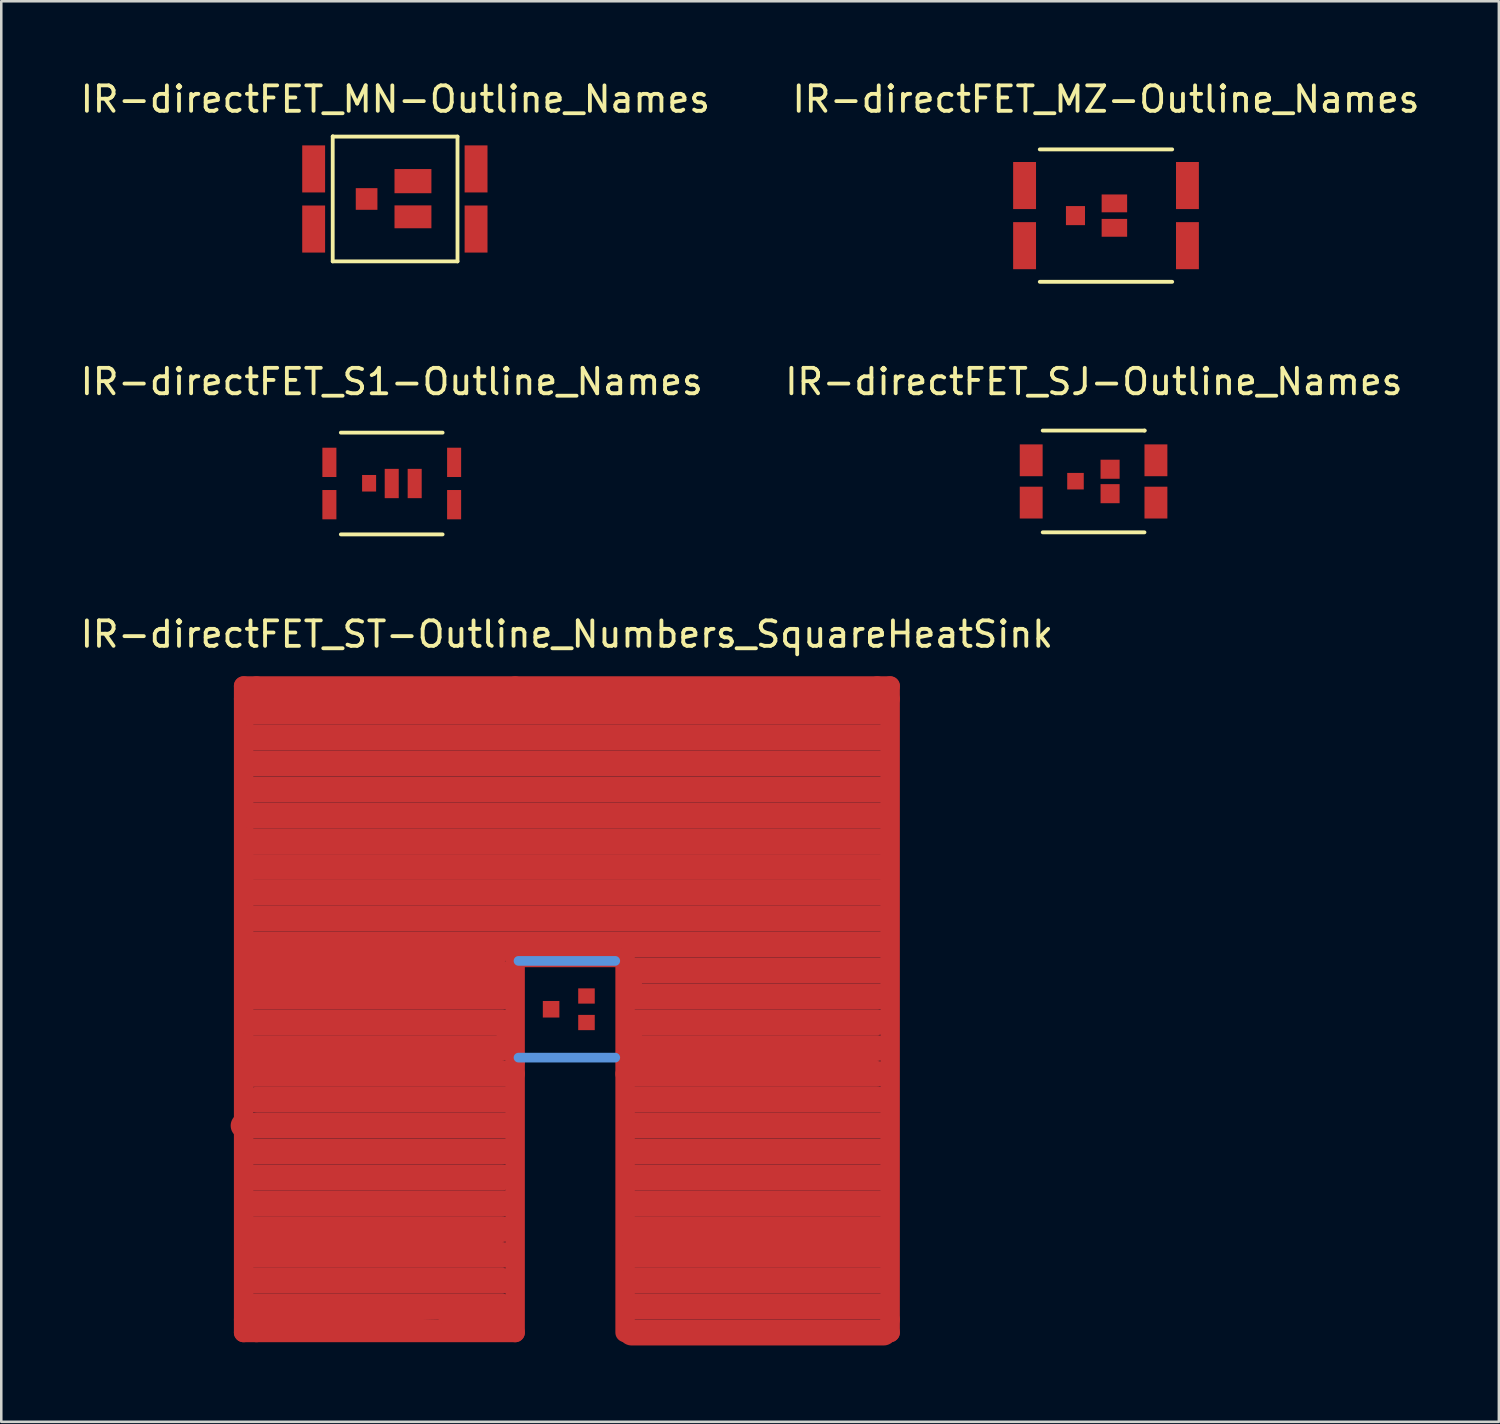
<source format=kicad_pcb>
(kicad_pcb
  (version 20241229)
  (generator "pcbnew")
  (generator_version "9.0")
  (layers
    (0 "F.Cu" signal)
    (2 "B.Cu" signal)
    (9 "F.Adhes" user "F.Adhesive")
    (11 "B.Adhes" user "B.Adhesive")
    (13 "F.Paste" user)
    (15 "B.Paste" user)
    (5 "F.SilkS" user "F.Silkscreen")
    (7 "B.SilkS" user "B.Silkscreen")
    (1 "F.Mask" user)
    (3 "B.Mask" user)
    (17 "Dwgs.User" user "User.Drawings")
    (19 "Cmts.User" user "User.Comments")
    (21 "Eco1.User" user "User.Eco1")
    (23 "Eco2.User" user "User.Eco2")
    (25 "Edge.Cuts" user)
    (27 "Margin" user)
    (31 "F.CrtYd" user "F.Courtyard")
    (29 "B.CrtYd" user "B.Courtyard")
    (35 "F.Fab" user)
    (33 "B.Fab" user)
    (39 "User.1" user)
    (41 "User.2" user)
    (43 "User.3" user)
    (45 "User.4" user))
  (footprint "IR-directFET_ST-Outline_Numbers_SquareHeatSink"
    (layer "F.Cu")
    (at 19.22 36.599)
    (property "Reference" "IR-directFET_ST-Outline_Numbers_SquareHeatSink" (at 0 -14.732 0) (layer "F.SilkS") (effects (font (size 1 1) (thickness 0.15))))
    (attr through_hole)
    (fp_line (start -12.7 -12.7) (end -12.7 -12.192) (stroke (width 0.762) (type solid)) (layer "F.Cu"))
    (fp_line (start -12.7 -12.192) (end -12.7 12.192) (stroke (width 0.762) (type solid)) (layer "F.Cu"))
    (fp_line (start -12.7 4.572) (end -2.286 4.572) (stroke (width 1.016) (type solid)) (layer "F.Cu"))
    (fp_line (start -12.7 12.192) (end -12.7 12.7) (stroke (width 0.762) (type solid)) (layer "F.Cu"))
    (fp_line (start -12.7 12.7) (end -12.192 12.7) (stroke (width 0.762) (type solid)) (layer "F.Cu"))
    (fp_line (start -12.446 -12.192) (end 12.446 -12.192) (stroke (width 0.381) (type solid)) (layer "F.Cu"))
    (fp_line (start -12.446 -11.684) (end 12.446 -11.684) (stroke (width 1.016) (type solid)) (layer "F.Cu"))
    (fp_line (start -12.446 -10.668) (end 12.446 -10.668) (stroke (width 1.016) (type solid)) (layer "F.Cu"))
    (fp_line (start -12.446 -9.652) (end 12.446 -9.652) (stroke (width 1.016) (type solid)) (layer "F.Cu"))
    (fp_line (start -12.446 -8.636) (end 12.446 -8.636) (stroke (width 1.016) (type solid)) (layer "F.Cu"))
    (fp_line (start -12.446 -7.62) (end 12.446 -7.62) (stroke (width 1.016) (type solid)) (layer "F.Cu"))
    (fp_line (start -12.446 -6.604) (end 12.446 -6.604) (stroke (width 1.016) (type solid)) (layer "F.Cu"))
    (fp_line (start -12.446 -5.588) (end 12.446 -5.588) (stroke (width 1.016) (type solid)) (layer "F.Cu"))
    (fp_line (start -12.446 -4.572) (end 12.446 -4.572) (stroke (width 1.016) (type solid)) (layer "F.Cu"))
    (fp_line (start -12.446 -3.556) (end 12.446 -3.556) (stroke (width 1.016) (type solid)) (layer "F.Cu"))
    (fp_line (start -12.446 -2.54) (end 12.446 -2.54) (stroke (width 1.016) (type solid)) (layer "F.Cu"))
    (fp_line (start -12.446 -2.032) (end -2.54 -2.032) (stroke (width 0.381) (type solid)) (layer "F.Cu"))
    (fp_line (start -12.446 -1.524) (end -2.54 -1.524) (stroke (width 0.762) (type solid)) (layer "F.Cu"))
    (fp_line (start -12.446 -0.508) (end -2.286 -0.508) (stroke (width 1.016) (type solid)) (layer "F.Cu"))
    (fp_line (start -12.446 0.508) (end -2.54 0.508) (stroke (width 1.016) (type solid)) (layer "F.Cu"))
    (fp_line (start -12.446 1.524) (end -2.54 1.524) (stroke (width 1.016) (type solid)) (layer "F.Cu"))
    (fp_line (start -12.446 2.54) (end -2.286 2.54) (stroke (width 1.016) (type solid)) (layer "F.Cu"))
    (fp_line (start -12.446 5.588) (end -2.286 5.588) (stroke (width 1.016) (type solid)) (layer "F.Cu"))
    (fp_line (start -12.446 6.604) (end -2.54 6.604) (stroke (width 1.016) (type solid)) (layer "F.Cu"))
    (fp_line (start -12.446 7.62) (end -2.286 7.62) (stroke (width 1.016) (type solid)) (layer "F.Cu"))
    (fp_line (start -12.446 8.636) (end -2.54 8.636) (stroke (width 1.016) (type solid)) (layer "F.Cu"))
    (fp_line (start -12.446 9.652) (end -2.54 9.652) (stroke (width 1.016) (type solid)) (layer "F.Cu"))
    (fp_line (start -12.446 10.668) (end -2.54 10.668) (stroke (width 1.016) (type solid)) (layer "F.Cu"))
    (fp_line (start -12.446 11.684) (end -2.54 11.684) (stroke (width 1.016) (type solid)) (layer "F.Cu"))
    (fp_line (start -12.192 -12.7) (end -12.7 -12.7) (stroke (width 0.762) (type solid)) (layer "F.Cu"))
    (fp_line (start -12.192 -1.016) (end -2.286 -1.016) (stroke (width 0.381) (type solid)) (layer "F.Cu"))
    (fp_line (start -12.192 3.556) (end -2.286 3.556) (stroke (width 1.016) (type solid)) (layer "F.Cu"))
    (fp_line (start -12.192 12.192) (end -2.286 12.446) (stroke (width 0.381) (type solid)) (layer "F.Cu"))
    (fp_line (start -12.192 12.7) (end -2.032 12.7) (stroke (width 0.762) (type solid)) (layer "F.Cu"))
    (fp_line (start -4.826 12.192) (end -5.08 12.7) (stroke (width 0.381) (type solid)) (layer "F.Cu"))
    (fp_line (start -2.286 12.192) (end -4.826 12.192) (stroke (width 0.381) (type solid)) (layer "F.Cu"))
    (fp_line (start -2.032 -12.7) (end -12.192 -12.7) (stroke (width 0.762) (type solid)) (layer "F.Cu"))
    (fp_line (start -2.032 -2.032) (end 2.032 -2.032) (stroke (width 0.762) (type solid)) (layer "F.Cu"))
    (fp_line (start -2.032 2.032) (end -2.032 -2.032) (stroke (width 0.762) (type solid)) (layer "F.Cu"))
    (fp_line (start -2.032 2.54) (end -2.032 2.032) (stroke (width 0.762) (type solid)) (layer "F.Cu"))
    (fp_line (start -2.032 2.54) (end -2.032 12.7) (stroke (width 0.762) (type solid)) (layer "F.Cu"))
    (fp_line (start 2.286 -2.032) (end 2.286 2.54) (stroke (width 0.762) (type solid)) (layer "F.Cu"))
    (fp_line (start 2.286 2.54) (end 2.286 12.7) (stroke (width 0.762) (type solid)) (layer "F.Cu"))
    (fp_line (start 2.54 -1.524) (end 12.446 -1.524) (stroke (width 1.016) (type solid)) (layer "F.Cu"))
    (fp_line (start 2.54 -0.508) (end 12.446 -0.508) (stroke (width 1.016) (type solid)) (layer "F.Cu"))
    (fp_line (start 2.54 0.508) (end 12.192 0.508) (stroke (width 1.016) (type solid)) (layer "F.Cu"))
    (fp_line (start 2.54 1.524) (end 12.192 1.524) (stroke (width 1.016) (type solid)) (layer "F.Cu"))
    (fp_line (start 2.54 2.54) (end 12.192 2.54) (stroke (width 1.016) (type solid)) (layer "F.Cu"))
    (fp_line (start 2.54 3.556) (end 12.446 3.556) (stroke (width 1.016) (type solid)) (layer "F.Cu"))
    (fp_line (start 2.54 4.572) (end 12.446 4.572) (stroke (width 1.016) (type solid)) (layer "F.Cu"))
    (fp_line (start 2.54 5.588) (end 12.446 5.588) (stroke (width 1.016) (type solid)) (layer "F.Cu"))
    (fp_line (start 2.54 6.604) (end 12.446 6.604) (stroke (width 1.016) (type solid)) (layer "F.Cu"))
    (fp_line (start 2.54 7.62) (end 12.446 7.62) (stroke (width 1.016) (type solid)) (layer "F.Cu"))
    (fp_line (start 2.54 8.636) (end 12.446 8.636) (stroke (width 1.016) (type solid)) (layer "F.Cu"))
    (fp_line (start 2.54 9.652) (end 12.446 9.652) (stroke (width 1.016) (type solid)) (layer "F.Cu"))
    (fp_line (start 2.54 10.668) (end 12.446 10.668) (stroke (width 1.016) (type solid)) (layer "F.Cu"))
    (fp_line (start 2.54 11.684) (end 12.446 11.684) (stroke (width 1.016) (type solid)) (layer "F.Cu"))
    (fp_line (start 12.192 -12.7) (end -2.032 -12.7) (stroke (width 0.762) (type solid)) (layer "F.Cu"))
    (fp_line (start 12.192 -12.7) (end 12.7 -12.7) (stroke (width 0.762) (type solid)) (layer "F.Cu"))
    (fp_line (start 12.192 12.7) (end 12.7 12.7) (stroke (width 0.762) (type solid)) (layer "F.Cu"))
    (fp_line (start 12.446 12.7) (end 2.54 12.7) (stroke (width 1.016) (type solid)) (layer "F.Cu"))
    (fp_line (start 12.7 -12.7) (end 12.7 -12.192) (stroke (width 0.762) (type solid)) (layer "F.Cu"))
    (fp_line (start 12.7 12.192) (end 12.7 -12.192) (stroke (width 0.762) (type solid)) (layer "F.Cu"))
    (fp_line (start 12.7 12.7) (end 12.7 12.192) (stroke (width 0.762) (type solid)) (layer "F.Cu"))
    (fp_line (start -1.9 -1.9) (end 1.9 -1.9) (stroke (width 0.381) (type solid)) (layer "Cmts.User"))
    (fp_line (start -1.9 1.9) (end 1.9 1.9) (stroke (width 0.381) (type solid)) (layer "Cmts.User"))
    (pad "1" smd rect (at 2.499 -0.82) (size 0.899 1.25) (layers "F.Cu" "F.Mask" "F.Paste"))
    (pad "3" smd rect (at 2.499 0.82) (size 0.899 1.25) (layers "F.Cu" "F.Mask" "F.Paste"))
    (pad "4" smd rect (at 0.77 -0.521) (size 0.65 0.599) (layers "F.Cu" "F.Mask" "F.Paste"))
    (pad "4" smd rect (at 0.77 0.521) (size 0.65 0.599) (layers "F.Cu" "F.Mask" "F.Paste"))
    (pad "5" smd rect (at -0.62 0) (size 0.65 0.65) (layers "F.Cu" "F.Mask" "F.Paste"))
    (pad "6" smd rect (at -2.309 -0.82) (size 0.899 1.25) (layers "F.Cu" "F.Mask" "F.Paste"))
    (pad "7" smd rect (at -2.309 0.82) (size 0.899 1.25) (layers "F.Cu" "F.Mask" "F.Paste")))
  (footprint "IR-directFET_SJ-Outline_Names"
    (layer "F.Cu")
    (at 39.912 15.864)
    (property "Reference" "IR-directFET_SJ-Outline_Names" (at 0.01 -3.919 0) (layer "F.SilkS") (effects (font (size 1 1) (thickness 0.15))))
    (attr through_hole)
    (fp_line (start -1.999 -1.999) (end 1.999 -1.999) (stroke (width 0.15) (type solid)) (layer "F.SilkS"))
    (fp_line (start 1.999 -1.999) (end 2.009 -1.999) (stroke (width 0.15) (type solid)) (layer "F.SilkS"))
    (fp_line (start 1.999 1.999) (end -1.999 1.999) (stroke (width 0.15) (type solid)) (layer "F.SilkS"))
    (pad "D" smd rect (at -2.451 -0.831) (size 0.899 1.25) (layers "F.Cu" "F.Mask" "F.Paste"))
    (pad "D" smd rect (at -2.451 0.831) (size 0.899 1.25) (layers "F.Cu" "F.Mask" "F.Paste"))
    (pad "D" smd rect (at 2.449 -0.831) (size 0.899 1.25) (layers "F.Cu" "F.Mask" "F.Paste"))
    (pad "D" smd rect (at 2.449 0.831) (size 0.899 1.25) (layers "F.Cu" "F.Mask" "F.Paste"))
    (pad "G" smd rect (at -0.711 -0.01) (size 0.65 0.65) (layers "F.Cu" "F.Mask" "F.Paste"))
    (pad "S" smd rect (at 0.648 -0.48) (size 0.749 0.749) (layers "F.Cu" "F.Mask" "F.Paste"))
    (pad "S" smd rect (at 0.648 0.48) (size 0.749 0.749) (layers "F.Cu" "F.Mask" "F.Paste")))
  (footprint "IR-directFET_S1-Outline_Names"
    (layer "F.Cu")
    (at 12.339 15.945)
    (property "Reference" "IR-directFET_S1-Outline_Names" (at 0 -4 0) (layer "F.SilkS") (effects (font (size 1 1) (thickness 0.15))))
    (attr through_hole)
    (fp_line (start -1.999 -1.999) (end 1.999 -1.999) (stroke (width 0.15) (type solid)) (layer "F.SilkS"))
    (fp_line (start 1.999 1.999) (end -1.999 1.999) (stroke (width 0.15) (type solid)) (layer "F.SilkS"))
    (pad "D" smd rect (at -2.449 -0.831) (size 0.551 1.151) (layers "F.Cu" "F.Mask" "F.Paste"))
    (pad "D" smd rect (at -2.449 0.831) (size 0.551 1.151) (layers "F.Cu" "F.Mask" "F.Paste"))
    (pad "D" smd rect (at 2.451 -0.831) (size 0.551 1.151) (layers "F.Cu" "F.Mask" "F.Paste"))
    (pad "D" smd rect (at 2.451 0.831) (size 0.551 1.151) (layers "F.Cu" "F.Mask" "F.Paste"))
    (pad "G" smd rect (at -0.889 -0.01) (size 0.551 0.65) (layers "F.Cu" "F.Mask" "F.Paste"))
    (pad "S" smd rect (at 0 0) (size 0.551 1.151) (layers "F.Cu" "F.Mask" "F.Paste"))
    (pad "S" smd rect (at 0.902 0) (size 0.551 1.151) (layers "F.Cu" "F.Mask" "F.Paste")))
  (footprint "IR-directFET_MN-Outline_Names"
    (layer "F.Cu")
    (at 12.472 4.767)
    (property "Reference" "IR-directFET_MN-Outline_Names" (at 0.01 -3.919 0) (layer "F.SilkS") (effects (font (size 1 1) (thickness 0.15))))
    (attr through_hole)
    (fp_line (start -2.451 -2.451) (end -2.451 -2.461) (stroke (width 0.15) (type solid)) (layer "F.SilkS"))
    (fp_line (start -2.451 2.451) (end -2.451 -2.451) (stroke (width 0.15) (type solid)) (layer "F.SilkS"))
    (fp_line (start -2.441 -2.451) (end 2.451 -2.451) (stroke (width 0.15) (type solid)) (layer "F.SilkS"))
    (fp_line (start 2.451 -2.451) (end 2.451 2.451) (stroke (width 0.15) (type solid)) (layer "F.SilkS"))
    (fp_line (start 2.451 2.451) (end -2.451 2.451) (stroke (width 0.15) (type solid)) (layer "F.SilkS"))
    (pad "D" smd rect (at -3.2 -1.181) (size 0.899 1.849) (layers "F.Cu" "F.Mask" "F.Paste"))
    (pad "D" smd rect (at -3.2 1.181) (size 0.899 1.849) (layers "F.Cu" "F.Mask" "F.Paste"))
    (pad "D" smd rect (at 3.18 -1.181) (size 0.899 1.849) (layers "F.Cu" "F.Mask" "F.Paste"))
    (pad "D" smd rect (at 3.18 1.181) (size 0.899 1.849) (layers "F.Cu" "F.Mask" "F.Paste"))
    (pad "G" smd rect (at -1.12 0) (size 0.851 0.851) (layers "F.Cu" "F.Mask" "F.Paste"))
    (pad "S" smd rect (at 0.701 -0.701) (size 1.45 0.95) (layers "F.Cu" "F.Mask" "F.Paste"))
    (pad "S" smd rect (at 0.701 0.701) (size 1.45 0.899) (layers "F.Cu" "F.Mask" "F.Paste")))
  (footprint "IR-directFET_MZ-Outline_Names"
    (layer "F.Cu")
    (at 40.399 5.42)
    (property "Reference" "IR-directFET_MZ-Outline_Names" (at 0 -4.572 0) (layer "F.SilkS") (effects (font (size 1 1) (thickness 0.15))))
    (attr through_hole)
    (fp_line (start -2.601 -2.601) (end 2.601 -2.601) (stroke (width 0.15) (type solid)) (layer "F.SilkS"))
    (fp_line (start 2.601 2.601) (end -2.601 2.601) (stroke (width 0.15) (type solid)) (layer "F.SilkS"))
    (pad "D" smd rect (at -3.198 -1.181) (size 0.899 1.849) (layers "F.Cu" "F.Mask" "F.Paste"))
    (pad "D" smd rect (at -3.198 1.181) (size 0.899 1.849) (layers "F.Cu" "F.Mask" "F.Paste"))
    (pad "D" smd rect (at 3.2 -1.181) (size 0.899 1.849) (layers "F.Cu" "F.Mask" "F.Paste"))
    (pad "D" smd rect (at 3.2 1.181) (size 0.899 1.849) (layers "F.Cu" "F.Mask" "F.Paste"))
    (pad "G" smd rect (at -1.199 0) (size 0.749 0.749) (layers "F.Cu" "F.Mask" "F.Paste"))
    (pad "S" smd rect (at 0.33 -0.48) (size 1.001 0.701) (layers "F.Cu" "F.Mask" "F.Paste"))
    (pad "S" smd rect (at 0.33 0.48) (size 1.001 0.701) (layers "F.Cu" "F.Mask" "F.Paste")))
  (gr_rect
    (start -3 -3)
    (end 55.833 52.807)
    (stroke (width 0.1) (type default))
    (fill no)
    (layer "Edge.Cuts")))
</source>
